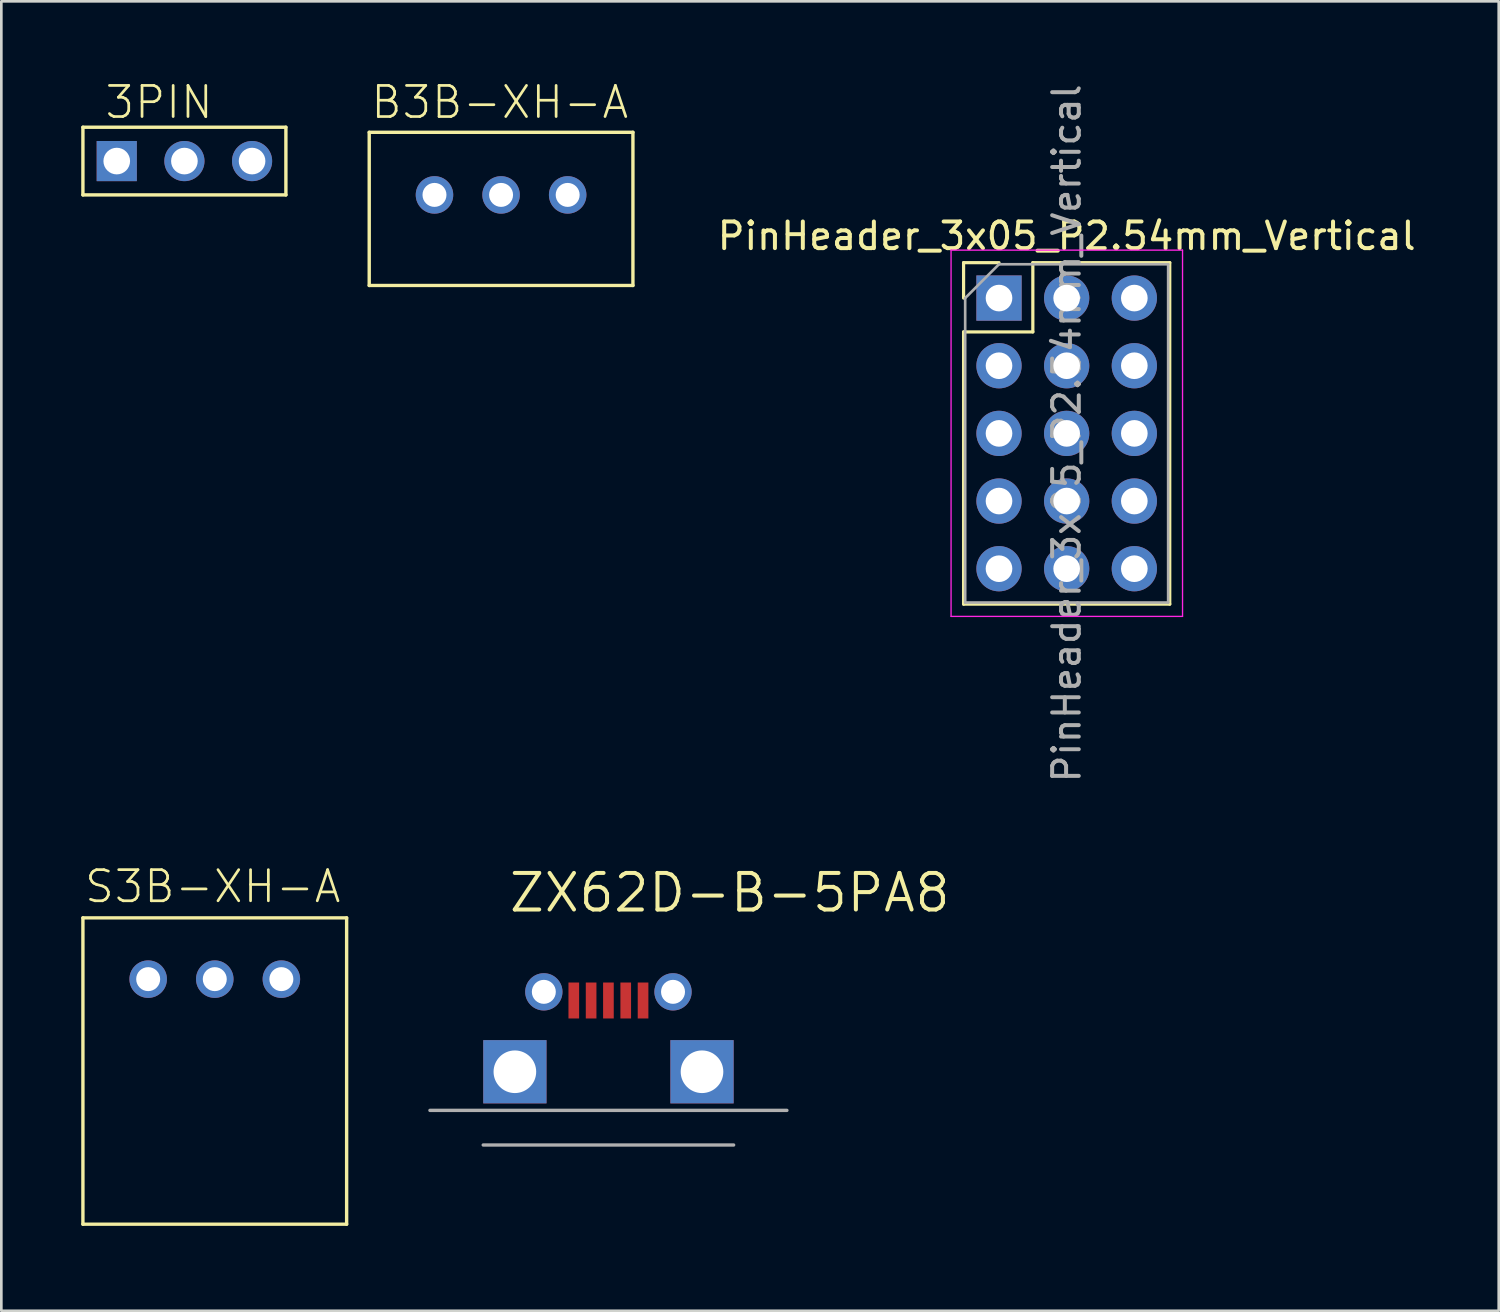
<source format=kicad_pcb>
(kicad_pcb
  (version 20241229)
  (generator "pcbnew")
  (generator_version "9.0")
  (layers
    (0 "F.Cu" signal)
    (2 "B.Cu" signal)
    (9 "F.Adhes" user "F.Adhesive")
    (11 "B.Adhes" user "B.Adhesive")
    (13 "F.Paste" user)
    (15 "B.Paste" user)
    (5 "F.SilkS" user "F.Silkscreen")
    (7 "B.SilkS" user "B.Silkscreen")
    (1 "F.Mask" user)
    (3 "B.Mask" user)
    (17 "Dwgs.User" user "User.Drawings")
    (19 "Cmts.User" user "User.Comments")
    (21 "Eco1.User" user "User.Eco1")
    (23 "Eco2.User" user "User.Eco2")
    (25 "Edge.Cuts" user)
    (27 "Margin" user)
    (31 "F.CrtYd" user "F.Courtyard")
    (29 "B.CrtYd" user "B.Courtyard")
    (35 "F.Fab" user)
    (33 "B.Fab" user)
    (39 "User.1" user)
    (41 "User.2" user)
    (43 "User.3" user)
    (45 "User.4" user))
  (footprint "S3B-XH-A"
    (layer "F.Cu")
    (at 5.013 42.908)
    (property "Reference" "S3B-XH-A" (at -4.953 -11.994 0) (layer "F.SilkS") (effects (font (size 1.168 1.168) (thickness 0.102)) (justify left bottom)))
    (fp_line (start -4.95 -11.5) (end 4.95 -11.5) (stroke (width 0.127) (type solid)) (layer "F.SilkS"))
    (fp_line (start -4.95 0) (end -4.95 -11.5) (stroke (width 0.127) (type solid)) (layer "F.SilkS"))
    (fp_line (start 4.95 -11.5) (end 4.95 0) (stroke (width 0.127) (type solid)) (layer "F.SilkS"))
    (fp_line (start 4.95 0) (end -4.95 0) (stroke (width 0.127) (type solid)) (layer "F.SilkS"))
    (pad "1" thru_hole circle (at -2.5 -9.2) (size 1.408 1.408) (drill 0.9) (layers "*.Cu" "*.Mask"))
    (pad "2" thru_hole circle (at 0 -9.2) (size 1.408 1.408) (drill 0.9) (layers "*.Cu" "*.Mask"))
    (pad "3" thru_hole circle (at 2.5 -9.2) (size 1.408 1.408) (drill 0.9) (layers "*.Cu" "*.Mask")))
  (footprint "PinHeader_3x05_P2.54mm_Vertical"
    (layer "F.Cu")
    (at 36.994 8.14)
    (property "Reference" "PinHeader_3x05_P2.54mm_Vertical" (at 0 -2.33 0) (layer "F.SilkS") (effects (font (size 1 1) (thickness 0.15))))
    (attr through_hole)
    (fp_line (start -3.87 -1.33) (end -2.54 -1.33) (stroke (width 0.12) (type solid)) (layer "F.SilkS"))
    (fp_line (start -3.87 0) (end -3.87 -1.33) (stroke (width 0.12) (type solid)) (layer "F.SilkS"))
    (fp_line (start -3.87 1.27) (end -3.87 11.49) (stroke (width 0.12) (type solid)) (layer "F.SilkS"))
    (fp_line (start -3.87 1.27) (end -1.27 1.27) (stroke (width 0.12) (type solid)) (layer "F.SilkS"))
    (fp_line (start -3.87 11.49) (end 3.87 11.49) (stroke (width 0.12) (type solid)) (layer "F.SilkS"))
    (fp_line (start -1.27 -1.33) (end 3.87 -1.33) (stroke (width 0.12) (type solid)) (layer "F.SilkS"))
    (fp_line (start -1.27 1.27) (end -1.27 -1.33) (stroke (width 0.12) (type solid)) (layer "F.SilkS"))
    (fp_line (start 3.87 -1.33) (end 3.87 11.49) (stroke (width 0.12) (type solid)) (layer "F.SilkS"))
    (fp_line (start -4.34 -1.8) (end -4.34 11.95) (stroke (width 0.05) (type solid)) (layer "F.CrtYd"))
    (fp_line (start -4.34 11.95) (end 4.35 11.95) (stroke (width 0.05) (type solid)) (layer "F.CrtYd"))
    (fp_line (start 4.35 -1.8) (end -4.34 -1.8) (stroke (width 0.05) (type solid)) (layer "F.CrtYd"))
    (fp_line (start 4.35 11.95) (end 4.35 -1.8) (stroke (width 0.05) (type solid)) (layer "F.CrtYd"))
    (fp_line (start -3.81 0) (end -2.54 -1.27) (stroke (width 0.1) (type solid)) (layer "F.Fab"))
    (fp_line (start -3.81 11.43) (end -3.81 0) (stroke (width 0.1) (type solid)) (layer "F.Fab"))
    (fp_line (start -2.54 -1.27) (end 3.81 -1.27) (stroke (width 0.1) (type solid)) (layer "F.Fab"))
    (fp_line (start 3.81 -1.27) (end 3.81 11.43) (stroke (width 0.1) (type solid)) (layer "F.Fab"))
    (fp_line (start 3.81 11.43) (end -3.81 11.43) (stroke (width 0.1) (type solid)) (layer "F.Fab"))
    (fp_text user "${REFERENCE}" (at 0 5.08 90) (layer "F.Fab") (effects (font (size 1 1) (thickness 0.15))))
    (pad "1" thru_hole rect (at -2.54 0) (size 1.7 1.7) (drill 1) (layers "*.Cu" "*.Mask"))
    (pad "2" thru_hole oval (at 0 0) (size 1.7 1.7) (drill 1) (layers "*.Cu" "*.Mask"))
    (pad "3" thru_hole oval (at 2.54 0) (size 1.7 1.7) (drill 1) (layers "*.Cu" "*.Mask"))
    (pad "4" thru_hole oval (at -2.54 2.54) (size 1.7 1.7) (drill 1) (layers "*.Cu" "*.Mask"))
    (pad "5" thru_hole oval (at 0 2.54) (size 1.7 1.7) (drill 1) (layers "*.Cu" "*.Mask"))
    (pad "6" thru_hole oval (at 2.54 2.54) (size 1.7 1.7) (drill 1) (layers "*.Cu" "*.Mask"))
    (pad "7" thru_hole oval (at -2.54 5.08) (size 1.7 1.7) (drill 1) (layers "*.Cu" "*.Mask"))
    (pad "8" thru_hole oval (at 0 5.08) (size 1.7 1.7) (drill 1) (layers "*.Cu" "*.Mask"))
    (pad "9" thru_hole oval (at 2.54 5.08) (size 1.7 1.7) (drill 1) (layers "*.Cu" "*.Mask"))
    (pad "10" thru_hole oval (at -2.54 7.62) (size 1.7 1.7) (drill 1) (layers "*.Cu" "*.Mask"))
    (pad "11" thru_hole oval (at 0 7.62) (size 1.7 1.7) (drill 1) (layers "*.Cu" "*.Mask"))
    (pad "12" thru_hole oval (at 2.54 7.62) (size 1.7 1.7) (drill 1) (layers "*.Cu" "*.Mask"))
    (pad "13" thru_hole oval (at -2.54 10.16) (size 1.7 1.7) (drill 1) (layers "*.Cu" "*.Mask"))
    (pad "14" thru_hole oval (at 0 10.16) (size 1.7 1.7) (drill 1) (layers "*.Cu" "*.Mask"))
    (pad "15" thru_hole oval (at 2.54 10.16) (size 1.7 1.7) (drill 1) (layers "*.Cu" "*.Mask")))
  (footprint "B3B-XH-A"
    (layer "F.Cu")
    (at 15.761 4.267)
    (property "Reference" "B3B-XH-A" (at -4.953 -2.794 0) (layer "F.SilkS") (effects (font (size 1.168 1.168) (thickness 0.102)) (justify left bottom)))
    (fp_line (start -4.95 -2.35) (end 4.95 -2.35) (stroke (width 0.127) (type solid)) (layer "F.SilkS"))
    (fp_line (start -4.95 3.4) (end -4.95 -2.35) (stroke (width 0.127) (type solid)) (layer "F.SilkS"))
    (fp_line (start 4.95 -2.35) (end 4.95 3.4) (stroke (width 0.127) (type solid)) (layer "F.SilkS"))
    (fp_line (start 4.95 3.4) (end -4.95 3.4) (stroke (width 0.127) (type solid)) (layer "F.SilkS"))
    (pad "1" thru_hole circle (at -2.5 0) (size 1.408 1.408) (drill 0.9) (layers "*.Cu" "*.Mask"))
    (pad "2" thru_hole circle (at 0 0) (size 1.408 1.408) (drill 0.9) (layers "*.Cu" "*.Mask"))
    (pad "3" thru_hole circle (at 2.5 0) (size 1.408 1.408) (drill 0.9) (layers "*.Cu" "*.Mask")))
  (footprint "3PIN"
    (layer "F.Cu")
    (at 3.873 2.997)
    (property "Reference" "3PIN" (at -3.048 -1.524 0) (layer "F.SilkS") (effects (font (size 1.168 1.168) (thickness 0.102)) (justify left bottom)))
    (fp_line (start -3.81 -1.27) (end 3.81 -1.27) (stroke (width 0.127) (type solid)) (layer "F.SilkS"))
    (fp_line (start -3.81 1.27) (end -3.81 -1.27) (stroke (width 0.127) (type solid)) (layer "F.SilkS"))
    (fp_line (start 3.81 -1.27) (end 3.81 1.27) (stroke (width 0.127) (type solid)) (layer "F.SilkS"))
    (fp_line (start 3.81 1.27) (end -3.81 1.27) (stroke (width 0.127) (type solid)) (layer "F.SilkS"))
    (pad "1" thru_hole rect (at -2.54 0) (size 1.508 1.508) (drill 1) (layers "*.Cu" "*.Mask"))
    (pad "2" thru_hole circle (at 0 0) (size 1.508 1.508) (drill 1) (layers "*.Cu" "*.Mask"))
    (pad "3" thru_hole circle (at 2.54 0) (size 1.508 1.508) (drill 1) (layers "*.Cu" "*.Mask")))
  (footprint "ZX62D-B-5PA8"
    (layer "F.Cu")
    (at 15.091 38.635)
    (property "Reference" "ZX62D-B-5PA8" (at 0.889 -7.366 0) (layer "F.SilkS") (effects (font (size 1.372 1.372) (thickness 0.152)) (justify left bottom)))
    (fp_poly (pts (xy 2.286 -3.353) (xy 7.112 -3.353) (xy 7.112 -4.902) (xy 2.286 -4.902)) (stroke (width 0) (type default)) (fill yes) (layer "F.Mask"))
    (fp_line (start -2 0) (end 11.4 0) (stroke (width 0.127) (type solid)) (layer "F.Fab"))
    (fp_line (start 0 1.3) (end 9.4 1.3) (stroke (width 0.127) (type solid)) (layer "F.Fab"))
    (pad "1" smd rect (at 3.4 -4.125) (size 0.4 1.35) (layers "F.Cu" "F.Paste"))
    (pad "2" smd rect (at 4.05 -4.125) (size 0.4 1.35) (layers "F.Cu" "F.Paste"))
    (pad "3" smd rect (at 4.7 -4.125) (size 0.4 1.35) (layers "F.Cu" "F.Paste"))
    (pad "4" smd rect (at 5.35 -4.125) (size 0.4 1.35) (layers "F.Cu" "F.Paste"))
    (pad "5" smd rect (at 6 -4.125) (size 0.4 1.35) (layers "F.Cu" "F.Paste"))
    (pad "S1" thru_hole rect (at 1.188 -1.45) (size 2.375 2.375) (drill 1.6) (layers "*.Cu" "*.Mask"))
    (pad "S2" thru_hole rect (at 8.213 -1.45) (size 2.375 2.375) (drill 1.6) (layers "*.Cu" "*.Mask"))
    (pad "S3" thru_hole circle (at 2.275 -4.45) (size 1.4 1.4) (drill 0.9) (layers "*.Cu" "*.Mask"))
    (pad "S4" thru_hole circle (at 7.125 -4.45) (size 1.4 1.4) (drill 0.9) (layers "*.Cu" "*.Mask"))
    (zone (net_name "") (layer "F.Cu") (hatch edge 0.5) (connect_pads) (min_thickness 0.25) (filled_areas_thickness no) (keepout (tracks not_allowed) (vias not_allowed) (pads not_allowed) (copperpour not_allowed) (footprints allowed)) (placement (enabled no)) (fill) (polygon (pts (xy 15.598 38.635) (xy 23.983 38.635) (xy 23.983 35.185) (xy 15.598 35.185)))))
  (gr_rect
    (start -3 -3)
    (end 53.214 46.158)
    (stroke (width 0.1) (type default))
    (fill no)
    (layer "Edge.Cuts")))
</source>
